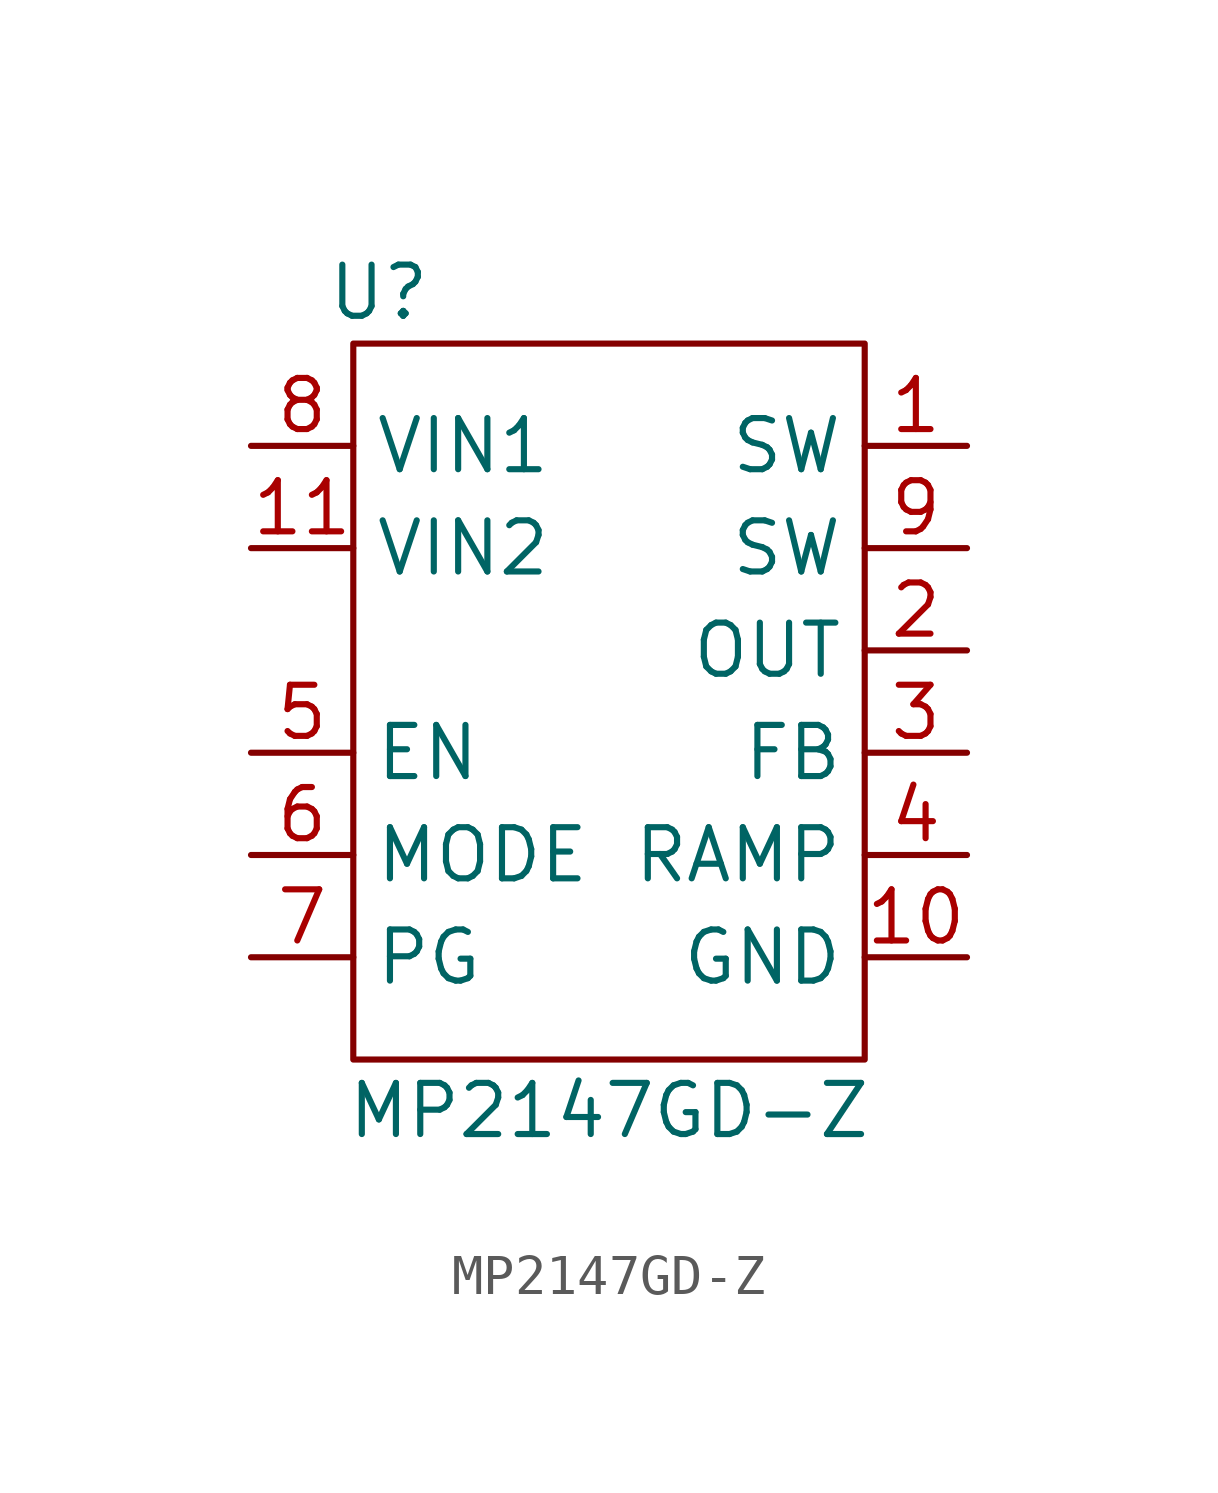
<source format=kicad_sym>
(kicad_symbol_lib
  (version 20230620)
  (generator kicad_symbol_editor)
  (symbol "MP2147GD-Z"
    (property "Reference" "U"
      (at 0.635 1.27 0)
      (effects (font (size 1.27 1.27))))
    (property "Value" "MP2147GD-Z"
      (at 6.35 -19.05 0)
      (effects (font (size 1.27 1.27))))
    (symbol "MP2147GD-Z_0_1"
      (rectangle (start 0 0) (end 12.7 -17.78) (stroke (width 0) (type default)) (fill (type none))))
    (symbol "MP2147GD-Z_1_1"
      (pin input line (at 15.24 -2.54 180) (length 2.54) (name "SW" (effects (font (size 1.27 1.27)))) (number "1" (effects (font (size 1.27 1.27)))))
      (pin input line (at 15.24 -15.24 180) (length 2.54) (name "GND" (effects (font (size 1.27 1.27)))) (number "10" (effects (font (size 1.27 1.27)))))
      (pin input line (at -2.54 -5.08 0) (length 2.54) (name "VIN2" (effects (font (size 1.27 1.27)))) (number "11" (effects (font (size 1.27 1.27)))))
      (pin input line (at 15.24 -7.62 180) (length 2.54) (name "OUT" (effects (font (size 1.27 1.27)))) (number "2" (effects (font (size 1.27 1.27)))))
      (pin input line (at 15.24 -10.16 180) (length 2.54) (name "FB" (effects (font (size 1.27 1.27)))) (number "3" (effects (font (size 1.27 1.27)))))
      (pin input line (at 15.24 -12.7 180) (length 2.54) (name "RAMP" (effects (font (size 1.27 1.27)))) (number "4" (effects (font (size 1.27 1.27)))))
      (pin input line (at -2.54 -10.16 0) (length 2.54) (name "EN" (effects (font (size 1.27 1.27)))) (number "5" (effects (font (size 1.27 1.27)))))
      (pin input line (at -2.54 -12.7 0) (length 2.54) (name "MODE" (effects (font (size 1.27 1.27)))) (number "6" (effects (font (size 1.27 1.27)))))
      (pin input line (at -2.54 -15.24 0) (length 2.54) (name "PG" (effects (font (size 1.27 1.27)))) (number "7" (effects (font (size 1.27 1.27)))))
      (pin input line (at -2.54 -2.54 0) (length 2.54) (name "VIN1" (effects (font (size 1.27 1.27)))) (number "8" (effects (font (size 1.27 1.27)))))
      (pin input line (at 15.24 -5.08 180) (length 2.54) (name "SW" (effects (font (size 1.27 1.27)))) (number "9" (effects (font (size 1.27 1.27))))))))
</source>
